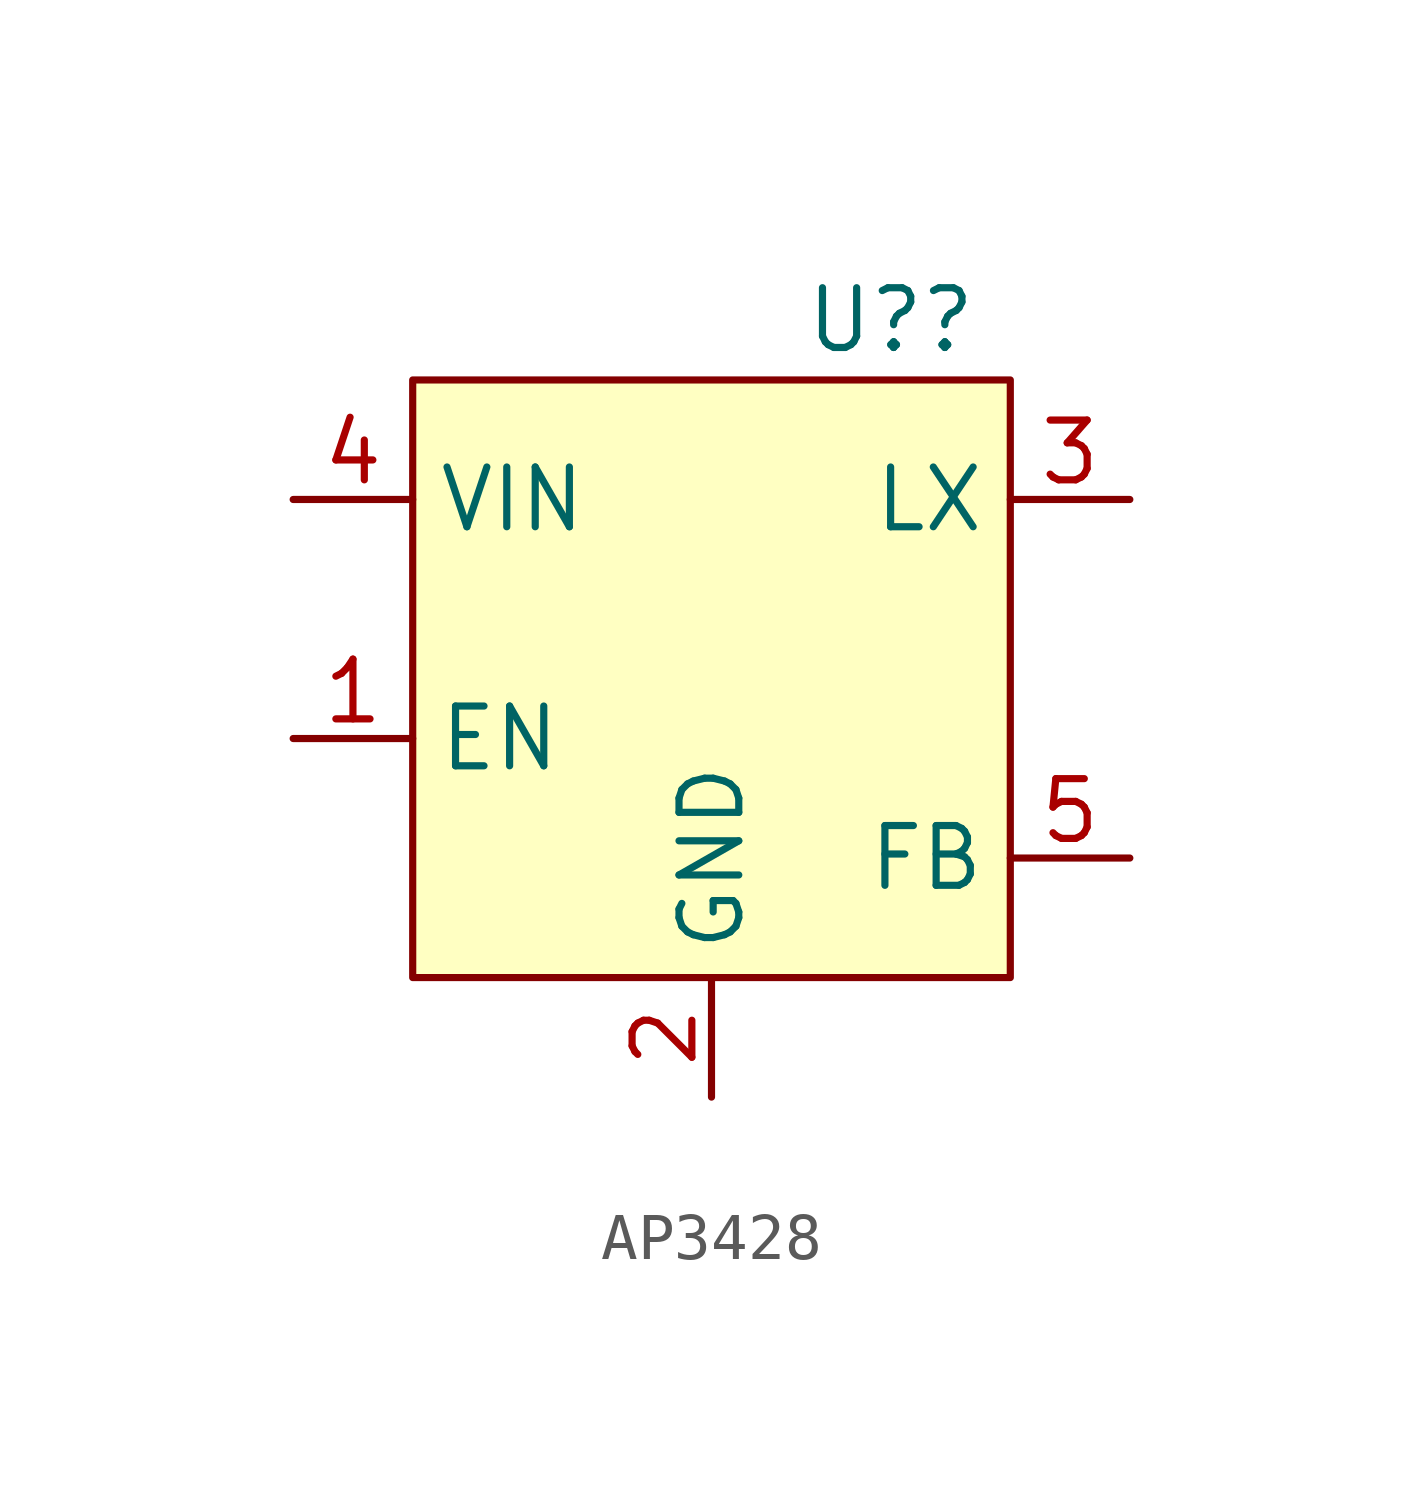
<source format=kicad_sym>
(kicad_symbol_lib
  (version 20220914)
  (generator kicad_symbol_editor)
  (symbol "AP3428"
    (property "Reference" "U?"
      (at 3.81 11.43 0)
      (effects (font (size 1.27 1.27))))
    (property "Value" ""
      (at 3.81 11.43 0)
      (effects (font (size 1.27 1.27))))
    (symbol "AP3428_1_1"
      (rectangle (start -6.35 10.16) (end 6.35 -2.54) (stroke (width 0) (type default)) (fill (type background)))
      (pin input line (at -8.89 2.54 0) (length 2.54) (name "EN" (effects (font (size 1.27 1.27)))) (number "1" (effects (font (size 1.27 1.27)))))
      (pin input line (at 0 -5.08 90) (length 2.54) (name "GND" (effects (font (size 1.27 1.27)))) (number "2" (effects (font (size 1.27 1.27)))))
      (pin input line (at 8.89 7.62 180) (length 2.54) (name "LX" (effects (font (size 1.27 1.27)))) (number "3" (effects (font (size 1.27 1.27)))))
      (pin input line (at -8.89 7.62 0) (length 2.54) (name "VIN" (effects (font (size 1.27 1.27)))) (number "4" (effects (font (size 1.27 1.27)))))
      (pin input line (at 8.89 0 180) (length 2.54) (name "FB" (effects (font (size 1.27 1.27)))) (number "5" (effects (font (size 1.27 1.27))))))))
</source>
